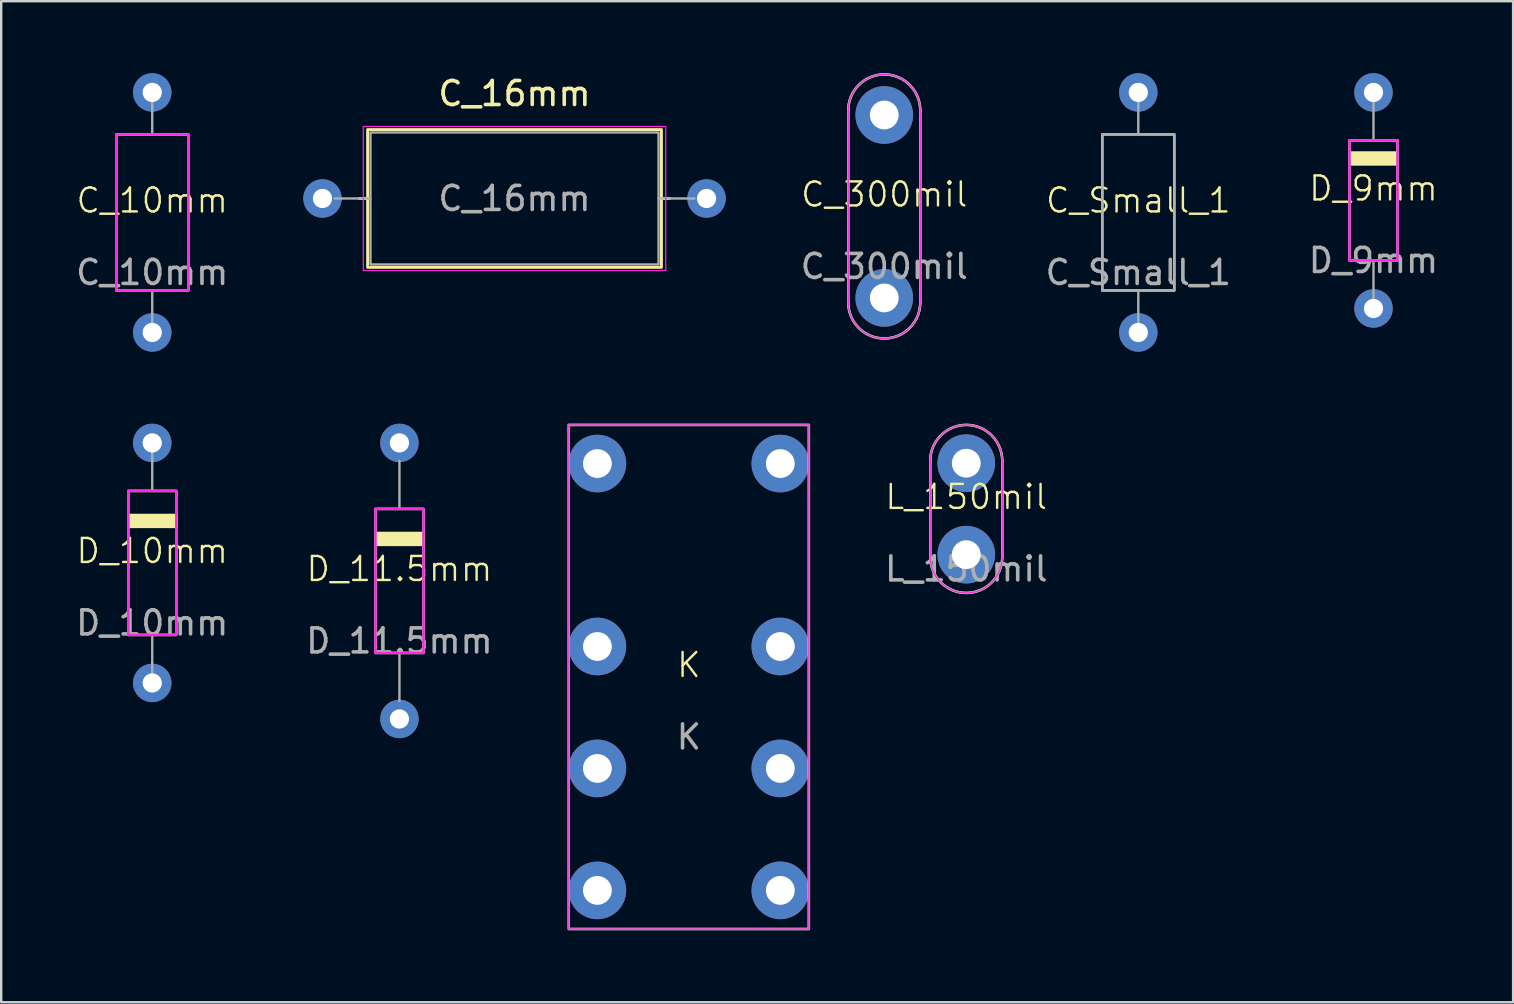
<source format=kicad_pcb>
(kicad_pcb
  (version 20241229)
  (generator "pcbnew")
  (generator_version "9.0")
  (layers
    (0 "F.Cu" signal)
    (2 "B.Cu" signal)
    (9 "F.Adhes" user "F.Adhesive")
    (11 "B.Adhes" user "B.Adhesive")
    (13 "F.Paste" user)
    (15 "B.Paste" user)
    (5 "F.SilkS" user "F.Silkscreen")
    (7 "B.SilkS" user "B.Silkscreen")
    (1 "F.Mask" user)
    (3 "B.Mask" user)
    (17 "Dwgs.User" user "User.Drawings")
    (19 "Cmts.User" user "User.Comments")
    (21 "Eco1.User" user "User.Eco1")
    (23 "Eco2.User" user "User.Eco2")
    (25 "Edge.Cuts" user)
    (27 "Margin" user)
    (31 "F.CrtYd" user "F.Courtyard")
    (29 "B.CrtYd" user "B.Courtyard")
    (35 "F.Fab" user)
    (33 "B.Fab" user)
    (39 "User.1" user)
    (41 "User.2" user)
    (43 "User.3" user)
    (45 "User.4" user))
  (footprint "K"
    (layer "F.Cu")
    (at 25.645 25.15)
    (property "Reference" "K" (at 0 -0.5 0) (unlocked yes) (layer "F.SilkS") (effects (font (size 1 1) (thickness 0.1))))
    (attr through_hole)
    (fp_rect (start -5 -10.5) (end 5 10.5) (stroke (width 0.1) (type default)) (fill no) (layer "F.SilkS"))
    (fp_rect (start -5 -10.5) (end 5 10.5) (stroke (width 0.05) (type default)) (fill no) (layer "F.CrtYd"))
    (fp_rect (start -5 -10.5) (end 5 10.5) (stroke (width 0.1) (type default)) (fill no) (layer "F.Fab"))
    (fp_text user "${REFERENCE}" (at 0 2.5 0) (unlocked yes) (layer "F.Fab") (effects (font (size 1 1) (thickness 0.15))))
    (pad "11" thru_hole circle (at -3.81 -1.27) (size 2.4 2.4) (drill 1.2) (layers "*.Cu" "*.Mask"))
    (pad "12" thru_hole circle (at -3.81 3.81) (size 2.4 2.4) (drill 1.2) (layers "*.Cu" "*.Mask"))
    (pad "14" thru_hole circle (at -3.81 8.89) (size 2.4 2.4) (drill 1.2) (layers "*.Cu" "*.Mask"))
    (pad "21" thru_hole circle (at 3.81 -1.27) (size 2.4 2.4) (drill 1.2) (layers "*.Cu" "*.Mask"))
    (pad "22" thru_hole circle (at 3.81 3.81) (size 2.4 2.4) (drill 1.2) (layers "*.Cu" "*.Mask"))
    (pad "24" thru_hole circle (at 3.81 8.89) (size 2.4 2.4) (drill 1.2) (layers "*.Cu" "*.Mask"))
    (pad "A1" thru_hole circle (at 3.81 -8.89) (size 2.4 2.4) (drill 1.2) (layers "*.Cu" "*.Mask"))
    (pad "A2" thru_hole circle (at -3.81 -8.89) (size 2.4 2.4) (drill 1.2) (layers "*.Cu" "*.Mask")))
  (footprint "D_11.5mm"
    (layer "F.Cu")
    (at 13.589 21.15)
    (property "Reference" "D_11.5mm" (at 0 -0.5 0) (unlocked yes) (layer "F.SilkS") (effects (font (size 1 1) (thickness 0.1))))
    (attr through_hole)
    (fp_rect (start -1 -3) (end 1 3) (stroke (width 0.1) (type solid)) (fill no) (layer "F.SilkS"))
    (fp_rect (start -1 -2) (end 1 -1.5) (stroke (width 0.1) (type solid)) (fill yes) (layer "F.SilkS"))
    (fp_rect (start -1 -3) (end 1 3) (stroke (width 0.1) (type solid)) (fill no) (layer "F.CrtYd"))
    (fp_line (start 0 -3) (end 0 -5) (stroke (width 0.1) (type default)) (layer "F.Fab"))
    (fp_line (start 0 3) (end 0 5) (stroke (width 0.1) (type default)) (layer "F.Fab"))
    (fp_rect (start -1 -3) (end 1 3) (stroke (width 0.1) (type default)) (fill no) (layer "F.Fab"))
    (fp_text user "${REFERENCE}" (at 0 2.5 0) (unlocked yes) (layer "F.Fab") (effects (font (size 1 1) (thickness 0.15))))
    (pad "1" thru_hole circle (at 0 -5.75) (size 1.6 1.6) (drill 0.8) (layers "*.Cu" "*.Mask"))
    (pad "2" thru_hole circle (at 0 5.75) (size 1.6 1.6) (drill 0.8) (layers "*.Cu" "*.Mask")))
  (footprint "C_300mil"
    (layer "F.Cu")
    (at 33.785 5.55)
    (property "Reference" "C_300mil" (at 0 -0.5 0) (unlocked yes) (layer "F.SilkS") (effects (font (size 1 1) (thickness 0.1))))
    (attr through_hole)
    (fp_line (start -1.5 -4) (end -1.5 4) (stroke (width 0.1) (type solid)) (layer "F.SilkS"))
    (fp_line (start 1.5 -4) (end 1.5 4) (stroke (width 0.1) (type solid)) (layer "F.SilkS"))
    (fp_arc (start -1.5 -4) (mid 0 -5.5) (end 1.5 -4) (stroke (width 0.1) (type default)) (layer "F.SilkS"))
    (fp_arc (start 1.5 4) (mid 0 5.5) (end -1.5 4) (stroke (width 0.1) (type default)) (layer "F.SilkS"))
    (fp_line (start -1.5 4) (end -1.5 -4) (stroke (width 0.05) (type solid)) (layer "F.CrtYd"))
    (fp_line (start 1.5 -4) (end 1.5 4) (stroke (width 0.05) (type default)) (layer "F.CrtYd"))
    (fp_arc (start -1.5 -4) (mid 0 -5.5) (end 1.5 -4) (stroke (width 0.05) (type default)) (layer "F.CrtYd"))
    (fp_arc (start 1.5 4) (mid 0 5.5) (end -1.5 4) (stroke (width 0.05) (type default)) (layer "F.CrtYd"))
    (fp_line (start -1.5 4) (end -1.5 -4) (stroke (width 0.1) (type default)) (layer "F.Fab"))
    (fp_line (start 1.5 -4) (end 1.5 4) (stroke (width 0.1) (type default)) (layer "F.Fab"))
    (fp_arc (start -1.5 -4) (mid 0 -5.5) (end 1.5 -4) (stroke (width 0.1) (type default)) (layer "F.Fab"))
    (fp_arc (start 1.5 4) (mid 0 5.5) (end -1.5 4) (stroke (width 0.1) (type default)) (layer "F.Fab"))
    (fp_text user "${REFERENCE}" (at 0 2.5 0) (unlocked yes) (layer "F.Fab") (effects (font (size 1 1) (thickness 0.15))))
    (pad "1" thru_hole circle (at 0 -3.81) (size 2.4 2.4) (drill 1.2) (layers "*.Cu" "*.Mask"))
    (pad "2" thru_hole circle (at 0 3.81) (size 2.4 2.4) (drill 1.2) (layers "*.Cu" "*.Mask")))
  (footprint "D_9mm"
    (layer "F.Cu")
    (at 54.165 5.3)
    (property "Reference" "D_9mm" (at 0 -0.5 0) (unlocked yes) (layer "F.SilkS") (effects (font (size 1 1) (thickness 0.1))))
    (attr through_hole)
    (fp_rect (start -1 -2.5) (end 1 2.5) (stroke (width 0.1) (type solid)) (fill no) (layer "F.SilkS"))
    (fp_rect (start -1 -2) (end 1 -1.5) (stroke (width 0.1) (type solid)) (fill yes) (layer "F.SilkS"))
    (fp_rect (start -1 -2.5) (end 1 2.5) (stroke (width 0.1) (type solid)) (fill no) (layer "F.CrtYd"))
    (fp_line (start 0 -2.5) (end 0 -4.5) (stroke (width 0.1) (type default)) (layer "F.Fab"))
    (fp_line (start 0 2.5) (end 0 4.5) (stroke (width 0.1) (type default)) (layer "F.Fab"))
    (fp_rect (start -1 -2.5) (end 1 2.5) (stroke (width 0.1) (type default)) (fill no) (layer "F.Fab"))
    (fp_text user "${REFERENCE}" (at 0 2.5 0) (unlocked yes) (layer "F.Fab") (effects (font (size 1 1) (thickness 0.15))))
    (pad "1" thru_hole circle (at 0 -4.5) (size 1.6 1.6) (drill 0.8) (layers "*.Cu" "*.Mask"))
    (pad "2" thru_hole circle (at 0 4.5) (size 1.6 1.6) (drill 0.8) (layers "*.Cu" "*.Mask")))
  (footprint "C_10mm"
    (layer "F.Cu")
    (at 3.292 5.8)
    (property "Reference" "C_10mm" (at 0 -0.5 0) (unlocked yes) (layer "F.SilkS") (effects (font (size 1 1) (thickness 0.1))))
    (attr through_hole)
    (fp_rect (start -1.5 -3.25) (end 1.5 3.25) (stroke (width 0.1) (type solid)) (fill no) (layer "F.SilkS"))
    (fp_rect (start -1.5 -3.25) (end 1.5 3.25) (stroke (width 0.1) (type solid)) (fill no) (layer "F.CrtYd"))
    (fp_line (start 0 -3.25) (end 0 -5) (stroke (width 0.1) (type default)) (layer "F.Fab"))
    (fp_line (start 0 3.25) (end 0 5) (stroke (width 0.1) (type solid)) (layer "F.Fab"))
    (fp_rect (start -1.5 -3.25) (end 1.5 3.25) (stroke (width 0.1) (type solid)) (fill no) (layer "F.Fab"))
    (fp_text user "${REFERENCE}" (at 0 2.5 0) (unlocked yes) (layer "F.Fab") (effects (font (size 1 1) (thickness 0.15))))
    (pad "1" thru_hole circle (at 0 -5) (size 1.6 1.6) (drill 0.8) (layers "*.Cu" "*.Mask"))
    (pad "2" thru_hole circle (at 0 5) (size 1.6 1.6) (drill 0.8) (layers "*.Cu" "*.Mask")))
  (footprint "L_150mil"
    (layer "F.Cu")
    (at 37.201 18.15)
    (property "Reference" "L_150mil" (at 0 -0.5 0) (unlocked yes) (layer "F.SilkS") (effects (font (size 1 1) (thickness 0.1))))
    (attr through_hole)
    (fp_line (start -1.5 -2) (end -1.5 2) (stroke (width 0.1) (type solid)) (layer "F.SilkS"))
    (fp_line (start 1.5 -2) (end 1.5 2) (stroke (width 0.1) (type solid)) (layer "F.SilkS"))
    (fp_arc (start -1.5 -2) (mid 0 -3.5) (end 1.5 -2) (stroke (width 0.1) (type default)) (layer "F.SilkS"))
    (fp_arc (start 1.5 2) (mid 0 3.5) (end -1.5 2) (stroke (width 0.1) (type default)) (layer "F.SilkS"))
    (fp_line (start -1.5 2) (end -1.5 -2) (stroke (width 0.05) (type default)) (layer "F.CrtYd"))
    (fp_line (start 1.5 -2) (end 1.5 2) (stroke (width 0.05) (type default)) (layer "F.CrtYd"))
    (fp_arc (start -1.5 -2) (mid 0 -3.5) (end 1.5 -2) (stroke (width 0.05) (type default)) (layer "F.CrtYd"))
    (fp_arc (start 1.5 2) (mid 0 3.5) (end -1.5 2) (stroke (width 0.05) (type default)) (layer "F.CrtYd"))
    (fp_line (start -1.5 2) (end -1.5 -2) (stroke (width 0.1) (type default)) (layer "F.Fab"))
    (fp_line (start 1.5 -2) (end 1.5 2) (stroke (width 0.1) (type default)) (layer "F.Fab"))
    (fp_arc (start -1.5 -2) (mid 0 -3.5) (end 1.5 -2) (stroke (width 0.1) (type default)) (layer "F.Fab"))
    (fp_arc (start 1.5 2) (mid 0 3.5) (end -1.5 2) (stroke (width 0.1) (type default)) (layer "F.Fab"))
    (fp_text user "${REFERENCE}" (at 0 2.5 0) (unlocked yes) (layer "F.Fab") (effects (font (size 1 1) (thickness 0.15))))
    (pad "1" thru_hole circle (at 0 -1.905) (size 2.4 2.4) (drill 1.2) (layers "*.Cu" "*.Mask"))
    (pad "2" thru_hole circle (at 0 1.905) (size 2.4 2.4) (drill 1.2) (layers "*.Cu" "*.Mask")))
  (footprint "D_10mm"
    (layer "F.Cu")
    (at 3.292 20.4)
    (property "Reference" "D_10mm" (at 0 -0.5 0) (unlocked yes) (layer "F.SilkS") (effects (font (size 1 1) (thickness 0.1))))
    (attr through_hole)
    (fp_rect (start -1 -3) (end 1 3) (stroke (width 0.1) (type solid)) (fill no) (layer "F.SilkS"))
    (fp_rect (start -1 -2) (end 1 -1.5) (stroke (width 0.1) (type solid)) (fill yes) (layer "F.SilkS"))
    (fp_rect (start -1 -3) (end 1 3) (stroke (width 0.1) (type solid)) (fill no) (layer "F.CrtYd"))
    (fp_line (start 0 -3) (end 0 -5) (stroke (width 0.1) (type default)) (layer "F.Fab"))
    (fp_line (start 0 3) (end 0 5) (stroke (width 0.1) (type default)) (layer "F.Fab"))
    (fp_rect (start -1 -3) (end 1 3) (stroke (width 0.1) (type default)) (fill no) (layer "F.Fab"))
    (fp_text user "${REFERENCE}" (at 0 2.5 0) (unlocked yes) (layer "F.Fab") (effects (font (size 1 1) (thickness 0.15))))
    (pad "1" thru_hole circle (at 0 -5) (size 1.6 1.6) (drill 0.8) (layers "*.Cu" "*.Mask"))
    (pad "2" thru_hole circle (at 0 5) (size 1.6 1.6) (drill 0.8) (layers "*.Cu" "*.Mask")))
  (footprint "C_16mm"
    (layer "F.Cu")
    (at 10.883 5.218)
    (property "Reference" "C_16mm" (at 7.5 -4.37 0) (layer "F.SilkS") (effects (font (size 1 1) (thickness 0.15))))
    (attr through_hole)
    (fp_line (start 1.04 0) (end 1.38 0) (stroke (width 0.12) (type solid)) (layer "F.SilkS"))
    (fp_line (start 13.96 0) (end 13.62 0) (stroke (width 0.12) (type solid)) (layer "F.SilkS"))
    (fp_rect (start 1.38 -2.87) (end 13.62 2.87) (stroke (width 0.12) (type solid)) (fill no) (layer "F.SilkS"))
    (fp_rect (start 1.2 -3) (end 13.8 3) (stroke (width 0.05) (type solid)) (fill no) (layer "F.CrtYd"))
    (fp_line (start 0 0) (end 1.5 0) (stroke (width 0.1) (type solid)) (layer "F.Fab"))
    (fp_line (start 15 0) (end 13.5 0) (stroke (width 0.1) (type solid)) (layer "F.Fab"))
    (fp_rect (start 1.5 -2.75) (end 13.5 2.75) (stroke (width 0.1) (type solid)) (fill no) (layer "F.Fab"))
    (fp_text user "${REFERENCE}" (at 7.5 0 0) (layer "F.Fab") (effects (font (size 1 1) (thickness 0.15))))
    (pad "1" thru_hole circle (at -0.5 0) (size 1.6 1.6) (drill 0.8) (layers "*.Cu" "*.Mask"))
    (pad "2" thru_hole circle (at 15.5 0) (size 1.6 1.6) (drill 0.8) (layers "*.Cu" "*.Mask")))
  (footprint "C_Small_1"
    (layer "F.Cu")
    (at 44.368 5.8)
    (property "Reference" "C_Small_1" (at 0 -0.5 0) (unlocked yes) (layer "F.SilkS") (effects (font (size 1 1) (thickness 0.1))))
    (attr through_hole)
    (fp_rect (start -1.5 -3.25) (end 1.5 3.25) (stroke (width 0.1) (type solid)) (fill no) (layer "F.SilkS"))
    (fp_rect (start -1.5 -3.25) (end 1.5 3.25) (stroke (width 0.1) (type solid)) (fill no) (layer "Margin"))
    (fp_line (start 0 -3.25) (end 0 -5) (stroke (width 0.1) (type default)) (layer "F.Fab"))
    (fp_line (start 0 3.25) (end 0 5) (stroke (width 0.1) (type solid)) (layer "F.Fab"))
    (fp_rect (start -1.5 -3.25) (end 1.5 3.25) (stroke (width 0.1) (type solid)) (fill no) (layer "F.Fab"))
    (fp_text user "${REFERENCE}" (at 0 2.5 0) (unlocked yes) (layer "F.Fab") (effects (font (size 1 1) (thickness 0.15))))
    (pad "1" thru_hole circle (at 0 -5) (size 1.6 1.6) (drill 0.8) (layers "*.Cu" "*.Mask"))
    (pad "2" thru_hole circle (at 0 5) (size 1.6 1.6) (drill 0.8) (layers "*.Cu" "*.Mask")))
  (gr_rect
    (start -3 -3)
    (end 59.981 38.7)
    (stroke (width 0.1) (type default))
    (fill no)
    (layer "Edge.Cuts")))
</source>
